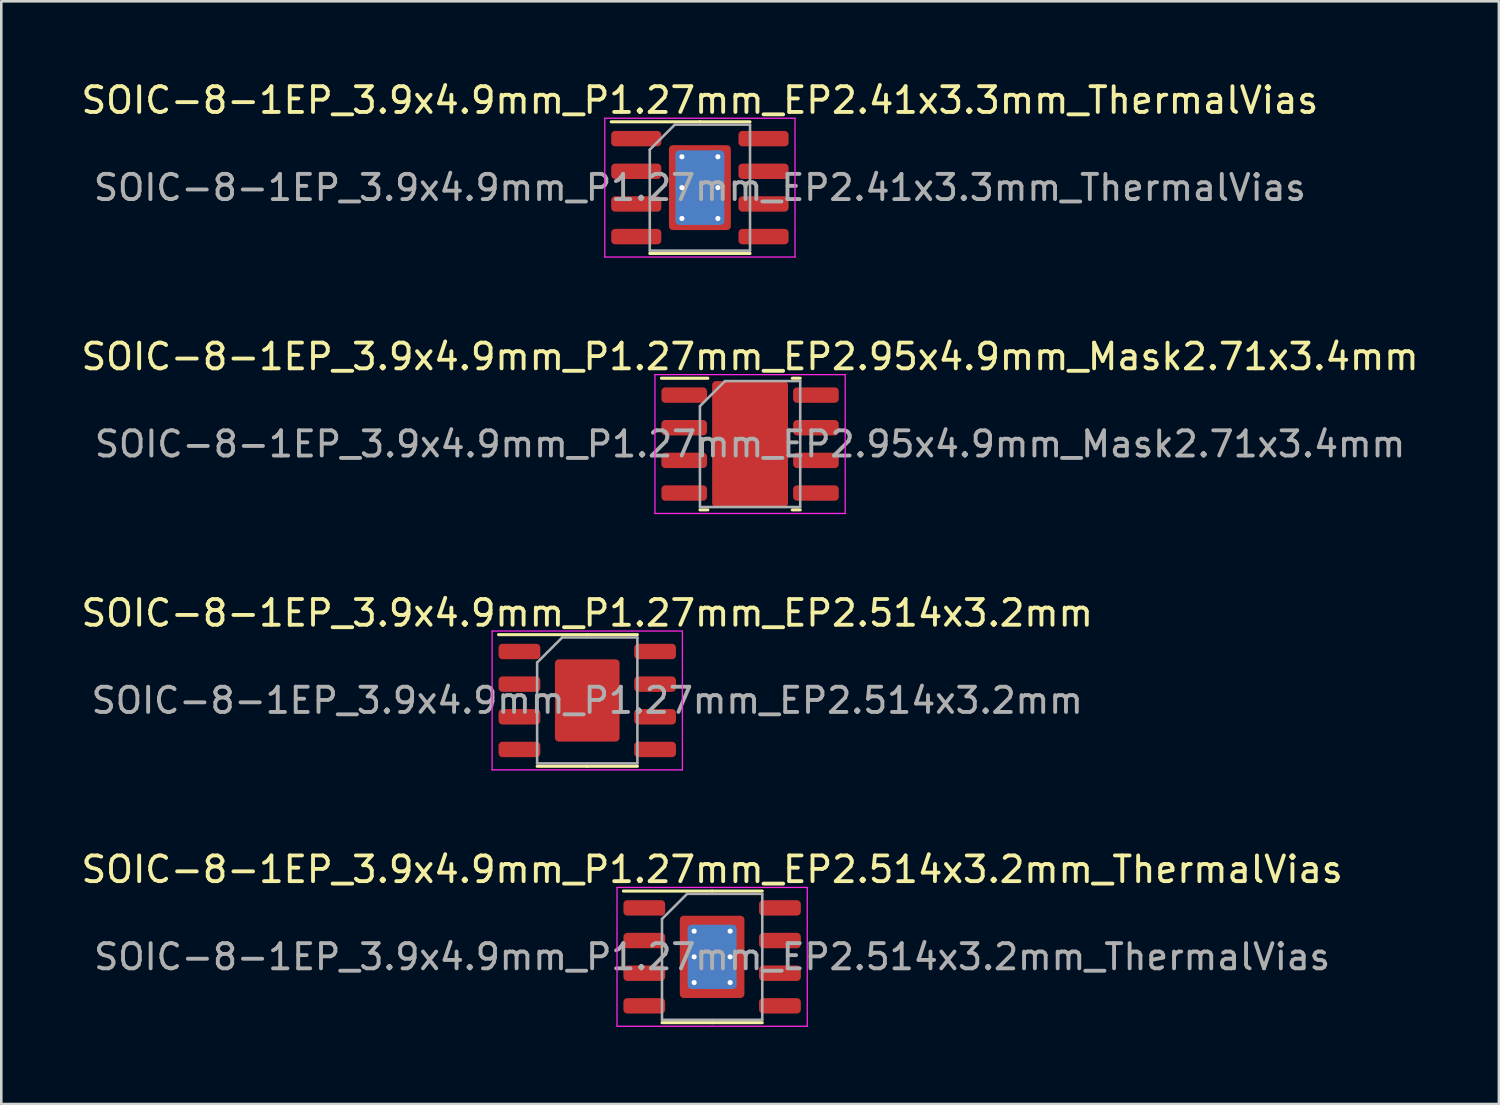
<source format=kicad_pcb>
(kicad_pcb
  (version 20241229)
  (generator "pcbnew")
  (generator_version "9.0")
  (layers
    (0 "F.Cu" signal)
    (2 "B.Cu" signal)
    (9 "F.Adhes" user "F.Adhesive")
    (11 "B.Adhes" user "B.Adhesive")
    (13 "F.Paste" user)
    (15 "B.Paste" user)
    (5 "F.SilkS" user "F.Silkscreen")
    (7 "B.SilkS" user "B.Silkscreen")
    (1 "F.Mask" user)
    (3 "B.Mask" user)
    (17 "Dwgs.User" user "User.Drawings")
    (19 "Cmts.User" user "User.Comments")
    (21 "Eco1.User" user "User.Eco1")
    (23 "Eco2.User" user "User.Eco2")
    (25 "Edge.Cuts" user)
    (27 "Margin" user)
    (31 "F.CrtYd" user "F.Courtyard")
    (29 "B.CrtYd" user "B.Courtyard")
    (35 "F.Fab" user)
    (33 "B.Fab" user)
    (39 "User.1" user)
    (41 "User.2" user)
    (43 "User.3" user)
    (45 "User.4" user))
  (footprint "SOIC-8-1EP_3.9x4.9mm_P1.27mm_EP2.514x3.2mm"
    (layer "F.Cu")
    (at 19.792 24.195)
    (property "Reference" "SOIC-8-1EP_3.9x4.9mm_P1.27mm_EP2.514x3.2mm" (at 0 -3.4 0) (layer "F.SilkS") (effects (font (size 1 1) (thickness 0.15))))
    (attr smd)
    (fp_line (start 0 -2.56) (end -3.45 -2.56) (stroke (width 0.12) (type solid)) (layer "F.SilkS"))
    (fp_line (start 0 -2.56) (end 1.95 -2.56) (stroke (width 0.12) (type solid)) (layer "F.SilkS"))
    (fp_line (start 0 2.56) (end -1.95 2.56) (stroke (width 0.12) (type solid)) (layer "F.SilkS"))
    (fp_line (start 0 2.56) (end 1.95 2.56) (stroke (width 0.12) (type solid)) (layer "F.SilkS"))
    (fp_line (start -3.7 -2.7) (end -3.7 2.7) (stroke (width 0.05) (type solid)) (layer "F.CrtYd"))
    (fp_line (start -3.7 2.7) (end 3.7 2.7) (stroke (width 0.05) (type solid)) (layer "F.CrtYd"))
    (fp_line (start 3.7 -2.7) (end -3.7 -2.7) (stroke (width 0.05) (type solid)) (layer "F.CrtYd"))
    (fp_line (start 3.7 2.7) (end 3.7 -2.7) (stroke (width 0.05) (type solid)) (layer "F.CrtYd"))
    (fp_line (start -1.95 -1.475) (end -0.975 -2.45) (stroke (width 0.1) (type solid)) (layer "F.Fab"))
    (fp_line (start -1.95 2.45) (end -1.95 -1.475) (stroke (width 0.1) (type solid)) (layer "F.Fab"))
    (fp_line (start -0.975 -2.45) (end 1.95 -2.45) (stroke (width 0.1) (type solid)) (layer "F.Fab"))
    (fp_line (start 1.95 -2.45) (end 1.95 2.45) (stroke (width 0.1) (type solid)) (layer "F.Fab"))
    (fp_line (start 1.95 2.45) (end -1.95 2.45) (stroke (width 0.1) (type solid)) (layer "F.Fab"))
    (fp_text user "${REFERENCE}" (at 0 0 0) (layer "F.Fab") (effects (font (size 0.98 0.98) (thickness 0.15))))
    (pad "" smd roundrect (at -0.63 -0.8) (size 1.01 1.29) (layers "F.Paste") (roundrect_rratio 0.248))
    (pad "" smd roundrect (at -0.63 0.8) (size 1.01 1.29) (layers "F.Paste") (roundrect_rratio 0.248))
    (pad "" smd roundrect (at 0.63 -0.8) (size 1.01 1.29) (layers "F.Paste") (roundrect_rratio 0.248))
    (pad "" smd roundrect (at 0.63 0.8) (size 1.01 1.29) (layers "F.Paste") (roundrect_rratio 0.248))
    (pad "1" smd roundrect (at -2.638 -1.905) (size 1.625 0.6) (layers "F.Cu" "F.Mask" "F.Paste") (roundrect_rratio 0.25))
    (pad "2" smd roundrect (at -2.638 -0.635) (size 1.625 0.6) (layers "F.Cu" "F.Mask" "F.Paste") (roundrect_rratio 0.25))
    (pad "3" smd roundrect (at -2.638 0.635) (size 1.625 0.6) (layers "F.Cu" "F.Mask" "F.Paste") (roundrect_rratio 0.25))
    (pad "4" smd roundrect (at -2.638 1.905) (size 1.625 0.6) (layers "F.Cu" "F.Mask" "F.Paste") (roundrect_rratio 0.25))
    (pad "5" smd roundrect (at 2.638 1.905) (size 1.625 0.6) (layers "F.Cu" "F.Mask" "F.Paste") (roundrect_rratio 0.25))
    (pad "6" smd roundrect (at 2.638 0.635) (size 1.625 0.6) (layers "F.Cu" "F.Mask" "F.Paste") (roundrect_rratio 0.25))
    (pad "7" smd roundrect (at 2.638 -0.635) (size 1.625 0.6) (layers "F.Cu" "F.Mask" "F.Paste") (roundrect_rratio 0.25))
    (pad "8" smd roundrect (at 2.638 -1.905) (size 1.625 0.6) (layers "F.Cu" "F.Mask" "F.Paste") (roundrect_rratio 0.25))
    (pad "9" smd roundrect (at 0 0) (size 2.514 3.2) (layers "F.Cu" "F.Mask") (roundrect_rratio 0.06)))
  (footprint "SOIC-8-1EP_3.9x4.9mm_P1.27mm_EP2.95x4.9mm_Mask2.71x3.4mm"
    (layer "F.Cu")
    (at 26.125 14.222)
    (property "Reference" "SOIC-8-1EP_3.9x4.9mm_P1.27mm_EP2.95x4.9mm_Mask2.71x3.4mm" (at 0 -3.4 0) (layer "F.SilkS") (effects (font (size 1 1) (thickness 0.15))))
    (attr smd)
    (fp_line (start -1.642 -2.56) (end -3.45 -2.56) (stroke (width 0.12) (type solid)) (layer "F.SilkS"))
    (fp_line (start -1.642 2.56) (end -1.95 2.56) (stroke (width 0.12) (type solid)) (layer "F.SilkS"))
    (fp_line (start 1.642 -2.56) (end 1.95 -2.56) (stroke (width 0.12) (type solid)) (layer "F.SilkS"))
    (fp_line (start 1.642 2.56) (end 1.95 2.56) (stroke (width 0.12) (type solid)) (layer "F.SilkS"))
    (fp_line (start -3.7 -2.7) (end -3.7 2.7) (stroke (width 0.05) (type solid)) (layer "F.CrtYd"))
    (fp_line (start -3.7 2.7) (end 3.7 2.7) (stroke (width 0.05) (type solid)) (layer "F.CrtYd"))
    (fp_line (start 3.7 -2.7) (end -3.7 -2.7) (stroke (width 0.05) (type solid)) (layer "F.CrtYd"))
    (fp_line (start 3.7 2.7) (end 3.7 -2.7) (stroke (width 0.05) (type solid)) (layer "F.CrtYd"))
    (fp_line (start -1.95 -1.475) (end -0.975 -2.45) (stroke (width 0.1) (type solid)) (layer "F.Fab"))
    (fp_line (start -1.95 2.45) (end -1.95 -1.475) (stroke (width 0.1) (type solid)) (layer "F.Fab"))
    (fp_line (start -0.975 -2.45) (end 1.95 -2.45) (stroke (width 0.1) (type solid)) (layer "F.Fab"))
    (fp_line (start 1.95 -2.45) (end 1.95 2.45) (stroke (width 0.1) (type solid)) (layer "F.Fab"))
    (fp_line (start 1.95 2.45) (end -1.95 2.45) (stroke (width 0.1) (type solid)) (layer "F.Fab"))
    (fp_text user "${REFERENCE}" (at 0 0 0) (layer "F.Fab") (effects (font (size 0.98 0.98) (thickness 0.15))))
    (pad "" smd roundrect (at -0.68 -0.85) (size 1.09 1.37) (layers "F.Paste") (roundrect_rratio 0.229))
    (pad "" smd roundrect (at -0.68 0.85) (size 1.09 1.37) (layers "F.Paste") (roundrect_rratio 0.229))
    (pad "" smd roundrect (at 0 0) (size 2.71 3.4) (layers "F.Mask") (roundrect_rratio 0.055))
    (pad "" smd roundrect (at 0.68 -0.85) (size 1.09 1.37) (layers "F.Paste") (roundrect_rratio 0.229))
    (pad "" smd roundrect (at 0.68 0.85) (size 1.09 1.37) (layers "F.Paste") (roundrect_rratio 0.229))
    (pad "1" smd roundrect (at -2.562 -1.905) (size 1.775 0.6) (layers "F.Cu" "F.Mask" "F.Paste") (roundrect_rratio 0.25))
    (pad "2" smd roundrect (at -2.562 -0.635) (size 1.775 0.6) (layers "F.Cu" "F.Mask" "F.Paste") (roundrect_rratio 0.25))
    (pad "3" smd roundrect (at -2.562 0.635) (size 1.775 0.6) (layers "F.Cu" "F.Mask" "F.Paste") (roundrect_rratio 0.25))
    (pad "4" smd roundrect (at -2.562 1.905) (size 1.775 0.6) (layers "F.Cu" "F.Mask" "F.Paste") (roundrect_rratio 0.25))
    (pad "5" smd roundrect (at 2.562 1.905) (size 1.775 0.6) (layers "F.Cu" "F.Mask" "F.Paste") (roundrect_rratio 0.25))
    (pad "6" smd roundrect (at 2.562 0.635) (size 1.775 0.6) (layers "F.Cu" "F.Mask" "F.Paste") (roundrect_rratio 0.25))
    (pad "7" smd roundrect (at 2.562 -0.635) (size 1.775 0.6) (layers "F.Cu" "F.Mask" "F.Paste") (roundrect_rratio 0.25))
    (pad "8" smd roundrect (at 2.562 -1.905) (size 1.775 0.6) (layers "F.Cu" "F.Mask" "F.Paste") (roundrect_rratio 0.25))
    (pad "9" smd roundrect (at 0 0) (size 2.95 4.9) (layers "F.Cu") (roundrect_rratio 0.051)))
  (footprint "SOIC-8-1EP_3.9x4.9mm_P1.27mm_EP2.41x3.3mm_ThermalVias"
    (layer "F.Cu")
    (at 24.173 4.248)
    (property "Reference" "SOIC-8-1EP_3.9x4.9mm_P1.27mm_EP2.41x3.3mm_ThermalVias" (at 0 -3.4 0) (layer "F.SilkS") (effects (font (size 1 1) (thickness 0.15))))
    (attr smd)
    (fp_line (start 0 -2.56) (end -3.45 -2.56) (stroke (width 0.12) (type solid)) (layer "F.SilkS"))
    (fp_line (start 0 -2.56) (end 1.95 -2.56) (stroke (width 0.12) (type solid)) (layer "F.SilkS"))
    (fp_line (start 0 2.56) (end -1.95 2.56) (stroke (width 0.12) (type solid)) (layer "F.SilkS"))
    (fp_line (start 0 2.56) (end 1.95 2.56) (stroke (width 0.12) (type solid)) (layer "F.SilkS"))
    (fp_line (start -3.7 -2.7) (end -3.7 2.7) (stroke (width 0.05) (type solid)) (layer "F.CrtYd"))
    (fp_line (start -3.7 2.7) (end 3.7 2.7) (stroke (width 0.05) (type solid)) (layer "F.CrtYd"))
    (fp_line (start 3.7 -2.7) (end -3.7 -2.7) (stroke (width 0.05) (type solid)) (layer "F.CrtYd"))
    (fp_line (start 3.7 2.7) (end 3.7 -2.7) (stroke (width 0.05) (type solid)) (layer "F.CrtYd"))
    (fp_line (start -1.95 -1.475) (end -0.975 -2.45) (stroke (width 0.1) (type solid)) (layer "F.Fab"))
    (fp_line (start -1.95 2.45) (end -1.95 -1.475) (stroke (width 0.1) (type solid)) (layer "F.Fab"))
    (fp_line (start -0.975 -2.45) (end 1.95 -2.45) (stroke (width 0.1) (type solid)) (layer "F.Fab"))
    (fp_line (start 1.95 -2.45) (end 1.95 2.45) (stroke (width 0.1) (type solid)) (layer "F.Fab"))
    (fp_line (start 1.95 2.45) (end -1.95 2.45) (stroke (width 0.1) (type solid)) (layer "F.Fab"))
    (fp_text user "${REFERENCE}" (at 0 0 0) (layer "F.Fab") (effects (font (size 0.98 0.98) (thickness 0.15))))
    (pad "" smd roundrect (at -0.6 -0.825) (size 1.01 1.38) (layers "F.Paste") (roundrect_rratio 0.248))
    (pad "" smd roundrect (at -0.6 0.825) (size 1.01 1.38) (layers "F.Paste") (roundrect_rratio 0.248))
    (pad "" smd roundrect (at 0.6 -0.825) (size 1.01 1.38) (layers "F.Paste") (roundrect_rratio 0.248))
    (pad "" smd roundrect (at 0.6 0.825) (size 1.01 1.38) (layers "F.Paste") (roundrect_rratio 0.248))
    (pad "1" smd roundrect (at -2.475 -1.905) (size 1.95 0.6) (layers "F.Cu" "F.Mask" "F.Paste") (roundrect_rratio 0.25))
    (pad "2" smd roundrect (at -2.475 -0.635) (size 1.95 0.6) (layers "F.Cu" "F.Mask" "F.Paste") (roundrect_rratio 0.25))
    (pad "3" smd roundrect (at -2.475 0.635) (size 1.95 0.6) (layers "F.Cu" "F.Mask" "F.Paste") (roundrect_rratio 0.25))
    (pad "4" smd roundrect (at -2.475 1.905) (size 1.95 0.6) (layers "F.Cu" "F.Mask" "F.Paste") (roundrect_rratio 0.25))
    (pad "5" smd roundrect (at 2.475 1.905) (size 1.95 0.6) (layers "F.Cu" "F.Mask" "F.Paste") (roundrect_rratio 0.25))
    (pad "6" smd roundrect (at 2.475 0.635) (size 1.95 0.6) (layers "F.Cu" "F.Mask" "F.Paste") (roundrect_rratio 0.25))
    (pad "7" smd roundrect (at 2.475 -0.635) (size 1.95 0.6) (layers "F.Cu" "F.Mask" "F.Paste") (roundrect_rratio 0.25))
    (pad "8" smd roundrect (at 2.475 -1.905) (size 1.95 0.6) (layers "F.Cu" "F.Mask" "F.Paste") (roundrect_rratio 0.25))
    (pad "9" thru_hole circle (at -0.7 -1.2) (size 0.5 0.5) (drill 0.2) (layers "*.Cu"))
    (pad "9" thru_hole circle (at -0.7 0) (size 0.5 0.5) (drill 0.2) (layers "*.Cu"))
    (pad "9" thru_hole circle (at -0.7 1.2) (size 0.5 0.5) (drill 0.2) (layers "*.Cu"))
    (pad "9" smd roundrect (at 0 0) (size 1.9 2.9) (layers "B.Cu") (roundrect_rratio 0.079))
    (pad "9" smd roundrect (at 0 0) (size 2.41 3.3) (layers "F.Cu" "F.Mask") (roundrect_rratio 0.062))
    (pad "9" thru_hole circle (at 0.7 -1.2) (size 0.5 0.5) (drill 0.2) (layers "*.Cu"))
    (pad "9" thru_hole circle (at 0.7 0) (size 0.5 0.5) (drill 0.2) (layers "*.Cu"))
    (pad "9" thru_hole circle (at 0.7 1.2) (size 0.5 0.5) (drill 0.2) (layers "*.Cu")))
  (footprint "SOIC-8-1EP_3.9x4.9mm_P1.27mm_EP2.514x3.2mm_ThermalVias"
    (layer "F.Cu")
    (at 24.649 34.168)
    (property "Reference" "SOIC-8-1EP_3.9x4.9mm_P1.27mm_EP2.514x3.2mm_ThermalVias" (at 0 -3.4 0) (layer "F.SilkS") (effects (font (size 1 1) (thickness 0.15))))
    (attr smd)
    (fp_line (start 0 -2.56) (end -3.45 -2.56) (stroke (width 0.12) (type solid)) (layer "F.SilkS"))
    (fp_line (start 0 -2.56) (end 1.95 -2.56) (stroke (width 0.12) (type solid)) (layer "F.SilkS"))
    (fp_line (start 0 2.56) (end -1.95 2.56) (stroke (width 0.12) (type solid)) (layer "F.SilkS"))
    (fp_line (start 0 2.56) (end 1.95 2.56) (stroke (width 0.12) (type solid)) (layer "F.SilkS"))
    (fp_line (start -3.7 -2.7) (end -3.7 2.7) (stroke (width 0.05) (type solid)) (layer "F.CrtYd"))
    (fp_line (start -3.7 2.7) (end 3.7 2.7) (stroke (width 0.05) (type solid)) (layer "F.CrtYd"))
    (fp_line (start 3.7 -2.7) (end -3.7 -2.7) (stroke (width 0.05) (type solid)) (layer "F.CrtYd"))
    (fp_line (start 3.7 2.7) (end 3.7 -2.7) (stroke (width 0.05) (type solid)) (layer "F.CrtYd"))
    (fp_line (start -1.95 -1.475) (end -0.975 -2.45) (stroke (width 0.1) (type solid)) (layer "F.Fab"))
    (fp_line (start -1.95 2.45) (end -1.95 -1.475) (stroke (width 0.1) (type solid)) (layer "F.Fab"))
    (fp_line (start -0.975 -2.45) (end 1.95 -2.45) (stroke (width 0.1) (type solid)) (layer "F.Fab"))
    (fp_line (start 1.95 -2.45) (end 1.95 2.45) (stroke (width 0.1) (type solid)) (layer "F.Fab"))
    (fp_line (start 1.95 2.45) (end -1.95 2.45) (stroke (width 0.1) (type solid)) (layer "F.Fab"))
    (fp_text user "${REFERENCE}" (at 0 0 0) (layer "F.Fab") (effects (font (size 0.98 0.98) (thickness 0.15))))
    (pad "" smd roundrect (at -0.63 -0.8) (size 1.05 1.34) (layers "F.Paste") (roundrect_rratio 0.238))
    (pad "" smd roundrect (at -0.63 0.8) (size 1.05 1.34) (layers "F.Paste") (roundrect_rratio 0.238))
    (pad "" smd roundrect (at 0.63 -0.8) (size 1.05 1.34) (layers "F.Paste") (roundrect_rratio 0.238))
    (pad "" smd roundrect (at 0.63 0.8) (size 1.05 1.34) (layers "F.Paste") (roundrect_rratio 0.238))
    (pad "1" smd roundrect (at -2.638 -1.905) (size 1.625 0.6) (layers "F.Cu" "F.Mask" "F.Paste") (roundrect_rratio 0.25))
    (pad "2" smd roundrect (at -2.638 -0.635) (size 1.625 0.6) (layers "F.Cu" "F.Mask" "F.Paste") (roundrect_rratio 0.25))
    (pad "3" smd roundrect (at -2.638 0.635) (size 1.625 0.6) (layers "F.Cu" "F.Mask" "F.Paste") (roundrect_rratio 0.25))
    (pad "4" smd roundrect (at -2.638 1.905) (size 1.625 0.6) (layers "F.Cu" "F.Mask" "F.Paste") (roundrect_rratio 0.25))
    (pad "5" smd roundrect (at 2.638 1.905) (size 1.625 0.6) (layers "F.Cu" "F.Mask" "F.Paste") (roundrect_rratio 0.25))
    (pad "6" smd roundrect (at 2.638 0.635) (size 1.625 0.6) (layers "F.Cu" "F.Mask" "F.Paste") (roundrect_rratio 0.25))
    (pad "7" smd roundrect (at 2.638 -0.635) (size 1.625 0.6) (layers "F.Cu" "F.Mask" "F.Paste") (roundrect_rratio 0.25))
    (pad "8" smd roundrect (at 2.638 -1.905) (size 1.625 0.6) (layers "F.Cu" "F.Mask" "F.Paste") (roundrect_rratio 0.25))
    (pad "9" thru_hole circle (at -0.7 -1) (size 0.5 0.5) (drill 0.2) (layers "*.Cu"))
    (pad "9" thru_hole circle (at -0.7 0) (size 0.5 0.5) (drill 0.2) (layers "*.Cu"))
    (pad "9" thru_hole circle (at -0.7 1) (size 0.5 0.5) (drill 0.2) (layers "*.Cu"))
    (pad "9" smd roundrect (at 0 0) (size 1.9 2.5) (layers "B.Cu") (roundrect_rratio 0.079))
    (pad "9" smd roundrect (at 0 0) (size 2.514 3.2) (layers "F.Cu" "F.Mask") (roundrect_rratio 0.06))
    (pad "9" thru_hole circle (at 0.7 -1) (size 0.5 0.5) (drill 0.2) (layers "*.Cu"))
    (pad "9" thru_hole circle (at 0.7 0) (size 0.5 0.5) (drill 0.2) (layers "*.Cu"))
    (pad "9" thru_hole circle (at 0.7 1) (size 0.5 0.5) (drill 0.2) (layers "*.Cu")))
  (gr_rect
    (start -3 -3)
    (end 55.25 39.893)
    (stroke (width 0.1) (type default))
    (fill no)
    (layer "Edge.Cuts")))
</source>
